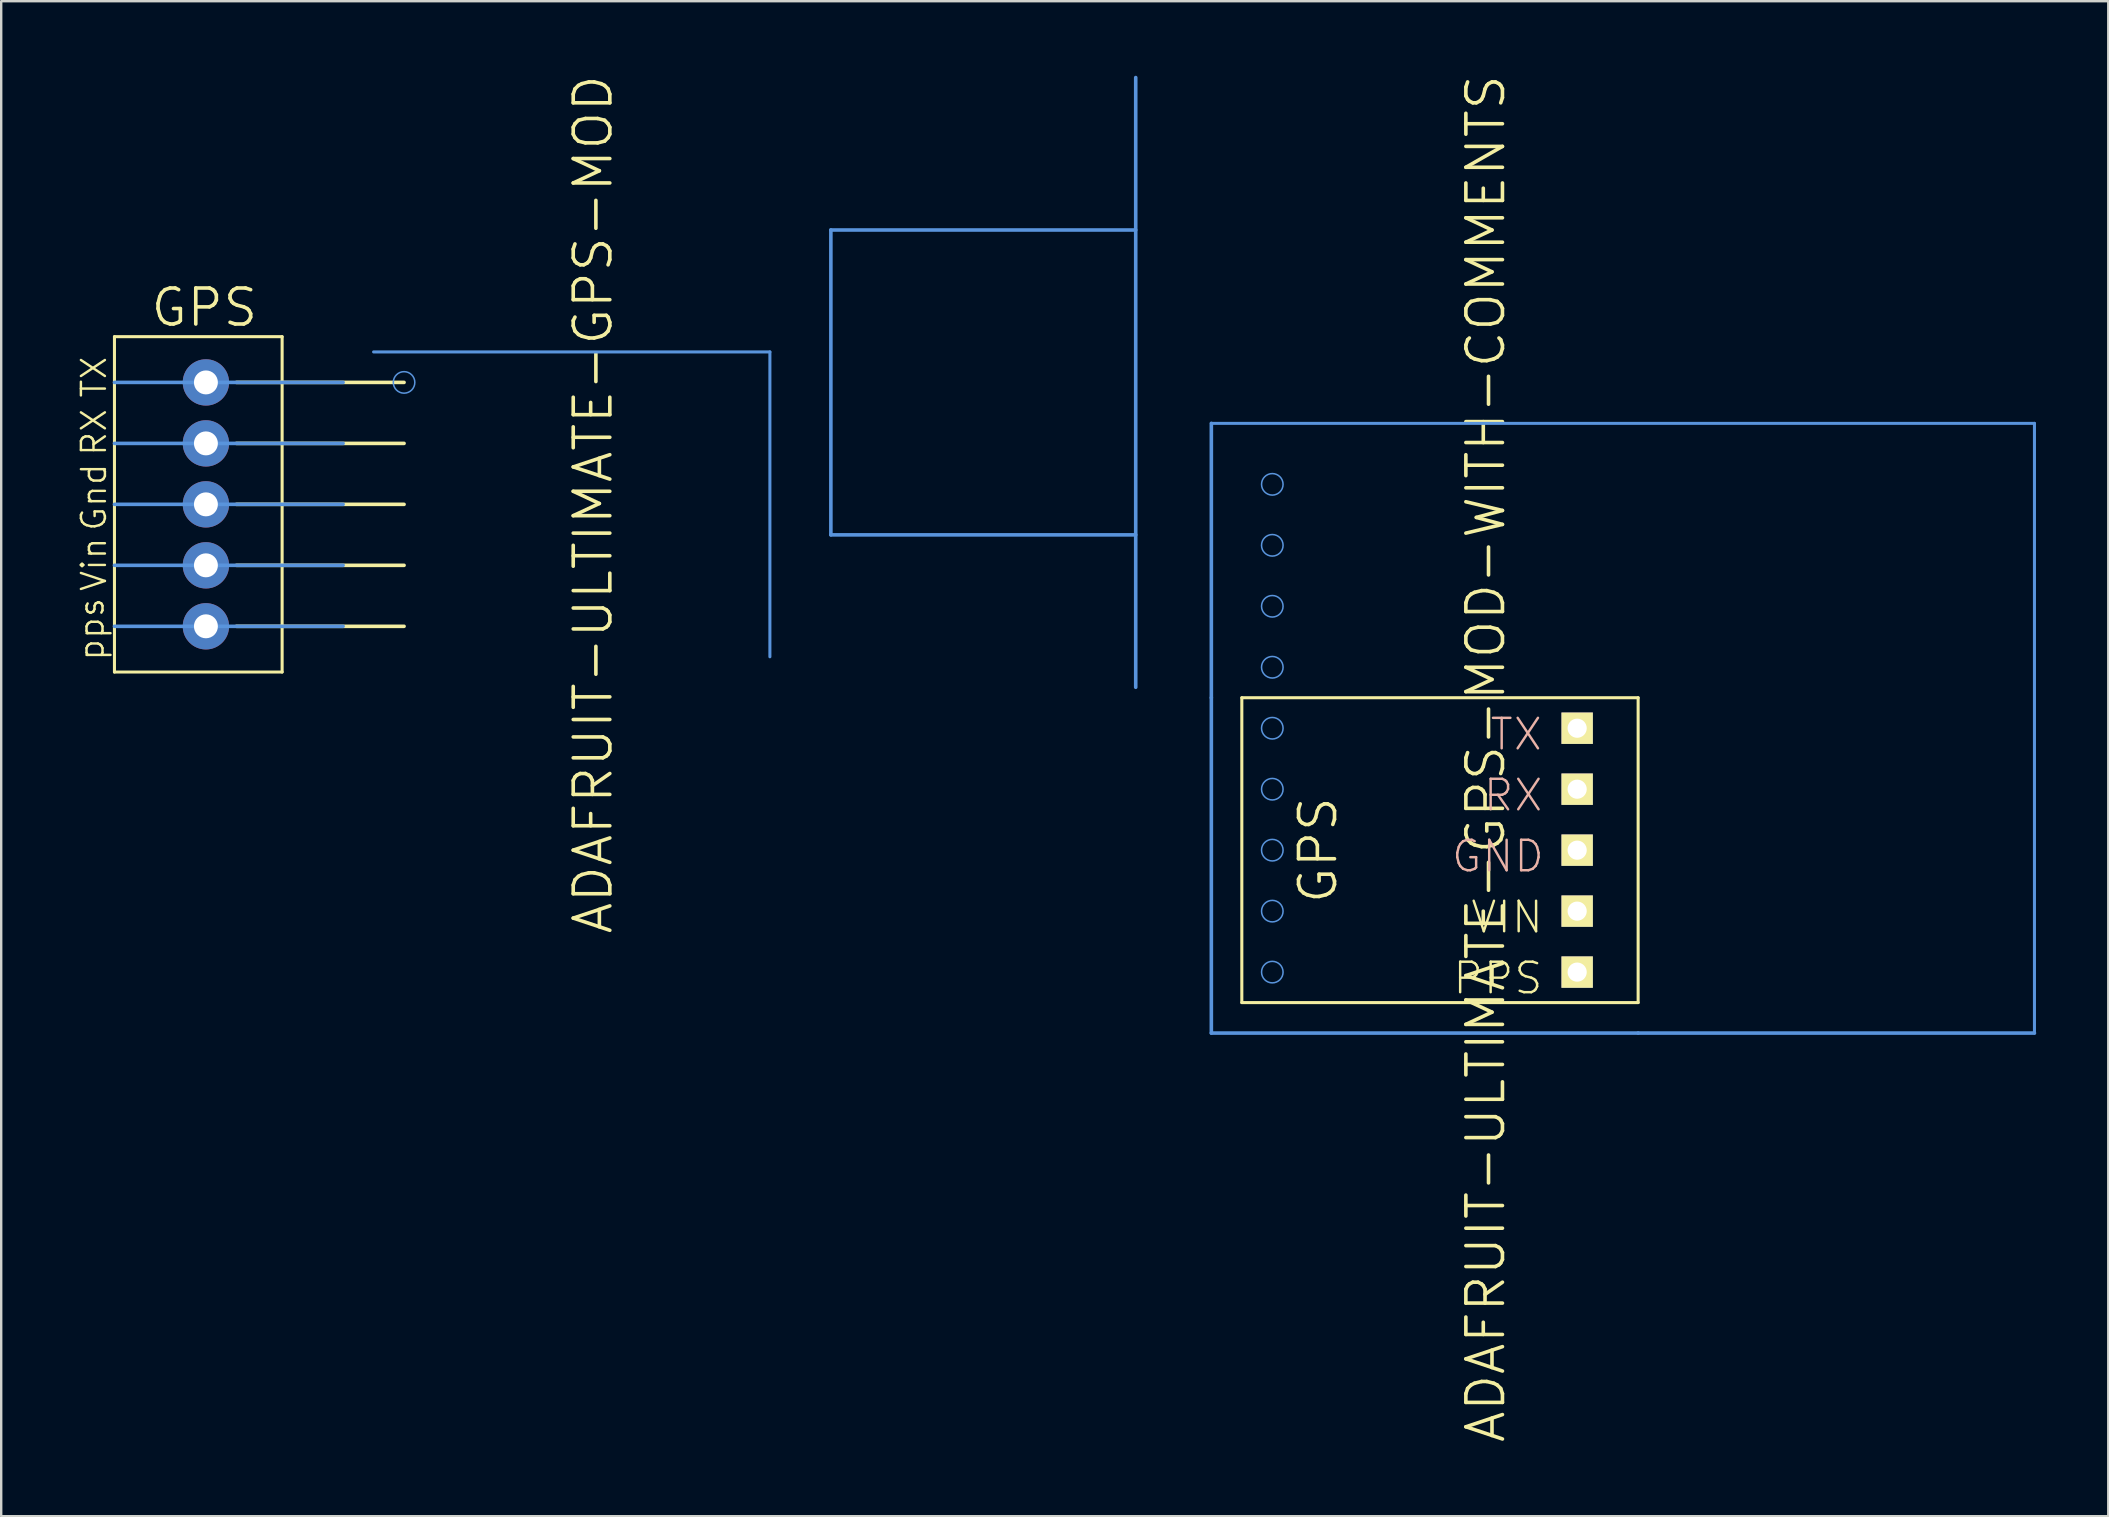
<source format=kicad_pcb>
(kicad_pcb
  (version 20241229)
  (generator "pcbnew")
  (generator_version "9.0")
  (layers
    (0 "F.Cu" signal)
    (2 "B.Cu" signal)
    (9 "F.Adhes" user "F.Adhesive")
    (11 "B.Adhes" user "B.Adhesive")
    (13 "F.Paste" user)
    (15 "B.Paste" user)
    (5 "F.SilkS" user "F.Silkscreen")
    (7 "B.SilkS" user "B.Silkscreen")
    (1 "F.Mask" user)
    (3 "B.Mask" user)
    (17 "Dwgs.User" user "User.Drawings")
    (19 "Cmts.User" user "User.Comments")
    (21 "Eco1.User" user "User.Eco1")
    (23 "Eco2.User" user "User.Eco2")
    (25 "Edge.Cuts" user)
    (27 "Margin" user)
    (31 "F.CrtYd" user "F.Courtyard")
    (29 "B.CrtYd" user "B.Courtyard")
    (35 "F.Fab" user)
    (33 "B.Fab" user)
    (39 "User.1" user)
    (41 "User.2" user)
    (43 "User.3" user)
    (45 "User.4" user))
  (footprint "ADAFRUIT-ULTIMATE-GPS-MOD-WITH-COMMENTS"
    (layer "F.Cu")
    (at 55.033 32.367)
    (property "Reference" "ADAFRUIT-ULTIMATE-GPS-MOD-WITH-COMMENTS" (at 3.81 -3.81 90) (layer "F.SilkS") (effects (font (size 1.524 1.524) (thickness 0.15))))
    (attr exclude_from_pos_files exclude_from_bom)
    (fp_line (start -6.35 -6.35) (end -6.35 6.35) (stroke (width 0.127) (type solid)) (layer "F.SilkS"))
    (fp_line (start -6.35 6.35) (end 10.16 6.35) (stroke (width 0.127) (type solid)) (layer "F.SilkS"))
    (fp_line (start 10.16 -6.35) (end -6.35 -6.35) (stroke (width 0.127) (type solid)) (layer "F.SilkS"))
    (fp_line (start 10.16 6.35) (end 10.16 -6.35) (stroke (width 0.127) (type solid)) (layer "F.SilkS"))
    (fp_line (start -7.62 -17.78) (end -7.62 -6.35) (stroke (width 0.15) (type solid)) (layer "Cmts.User"))
    (fp_line (start -7.62 -17.78) (end 26.67 -17.78) (stroke (width 0.127) (type solid)) (layer "Cmts.User"))
    (fp_line (start -7.62 -6.35) (end -7.62 7.62) (stroke (width 0.15) (type solid)) (layer "Cmts.User"))
    (fp_line (start -7.62 7.62) (end 10.16 7.62) (stroke (width 0.15) (type solid)) (layer "Cmts.User"))
    (fp_line (start 26.67 -17.78) (end 26.67 7.62) (stroke (width 0.127) (type solid)) (layer "Cmts.User"))
    (fp_line (start 26.67 7.62) (end 10.16 7.62) (stroke (width 0.15) (type solid)) (layer "Cmts.User"))
    (fp_circle (center -5.08 -15.24) (end -5.397 -15.557) (stroke (width 0.064) (type solid)) (fill no) (layer "Cmts.User"))
    (fp_circle (center -5.08 -12.7) (end -5.397 -13.018) (stroke (width 0.064) (type solid)) (fill no) (layer "Cmts.User"))
    (fp_circle (center -5.08 -10.16) (end -5.397 -10.477) (stroke (width 0.064) (type solid)) (fill no) (layer "Cmts.User"))
    (fp_circle (center -5.08 -7.62) (end -5.397 -7.938) (stroke (width 0.064) (type solid)) (fill no) (layer "Cmts.User"))
    (fp_circle (center -5.08 -5.08) (end -5.397 -4.763) (stroke (width 0.064) (type solid)) (fill no) (layer "Cmts.User"))
    (fp_circle (center -5.08 -2.54) (end -5.397 -2.223) (stroke (width 0.064) (type solid)) (fill no) (layer "Cmts.User"))
    (fp_circle (center -5.08 0) (end -5.397 0.318) (stroke (width 0.064) (type solid)) (fill no) (layer "Cmts.User"))
    (fp_circle (center -5.08 2.54) (end -5.397 2.857) (stroke (width 0.064) (type solid)) (fill no) (layer "Cmts.User"))
    (fp_circle (center -5.08 5.08) (end -5.397 5.397) (stroke (width 0.064) (type solid)) (fill no) (layer "Cmts.User"))
    (fp_text user "PPS" (at 4.318 5.334 0) (layer "F.SilkS") (effects (font (size 1.27 1.27) (thickness 0.102))))
    (fp_text user "GPS" (at -3.175 0 90) (layer "F.SilkS") (effects (font (size 1.5 1.5) (thickness 0.15))))
    (fp_text user "VIN" (at 4.699 2.794 0) (layer "F.SilkS") (effects (font (size 1.27 1.27) (thickness 0.102))))
    (fp_text user "RX" (at 4.953 -2.286 0) (layer "B.SilkS") (effects (font (size 1.27 1.27) (thickness 0.102))))
    (fp_text user "GND" (at 4.318 0.254 0) (layer "B.SilkS") (effects (font (size 1.27 1.27) (thickness 0.102))))
    (fp_text user "TX" (at 5.08 -4.826 0) (layer "B.SilkS") (effects (font (size 1.27 1.27) (thickness 0.102))))
    (pad "P$GN" thru_hole rect (at 7.62 0) (size 1.306 1.306) (drill 0.798) (layers "*.Cu" "F.Mask" "F.SilkS" "F.Paste"))
    (pad "P$PP" thru_hole rect (at 7.62 5.08) (size 1.306 1.306) (drill 0.798) (layers "*.Cu" "F.Mask" "F.SilkS" "F.Paste"))
    (pad "P$RX" thru_hole rect (at 7.62 -2.54) (size 1.306 1.306) (drill 0.798) (layers "*.Cu" "F.Mask" "F.SilkS" "F.Paste"))
    (pad "P$TX" thru_hole rect (at 7.62 -5.08) (size 1.306 1.306) (drill 0.798) (layers "*.Cu" "F.Mask" "F.SilkS" "F.Paste"))
    (pad "P$VI" thru_hole rect (at 7.62 2.54) (size 1.306 1.306) (drill 0.798) (layers "*.Cu" "F.Mask" "F.SilkS" "F.Paste")))
  (footprint "ADAFRUIT-ULTIMATE-GPS-MOD"
    (layer "F.Cu")
    (at 18.863 17.961)
    (property "Reference" "ADAFRUIT-ULTIMATE-GPS-MOD" (at 2.794 0 90) (layer "F.SilkS") (effects (font (size 1.524 1.524) (thickness 0.15))))
    (attr exclude_from_pos_files exclude_from_bom)
    (fp_line (start -17.145 -6.985) (end -10.16 -6.985) (stroke (width 0.127) (type solid)) (layer "F.SilkS"))
    (fp_line (start -17.145 6.985) (end -17.145 -6.985) (stroke (width 0.127) (type solid)) (layer "F.SilkS"))
    (fp_line (start -12.065 -5.08) (end -5.08 -5.08) (stroke (width 0.15) (type solid)) (layer "F.SilkS"))
    (fp_line (start -12.065 -2.54) (end -5.08 -2.54) (stroke (width 0.15) (type solid)) (layer "F.SilkS"))
    (fp_line (start -12.065 0) (end -5.08 0) (stroke (width 0.15) (type solid)) (layer "F.SilkS"))
    (fp_line (start -12.065 2.54) (end -5.08 2.54) (stroke (width 0.15) (type solid)) (layer "F.SilkS"))
    (fp_line (start -12.065 5.08) (end -5.08 5.08) (stroke (width 0.15) (type solid)) (layer "F.SilkS"))
    (fp_line (start -10.16 -6.985) (end -10.16 6.985) (stroke (width 0.127) (type solid)) (layer "F.SilkS"))
    (fp_line (start -10.16 6.985) (end -17.145 6.985) (stroke (width 0.127) (type solid)) (layer "F.SilkS"))
    (fp_line (start -7.62 -5.08) (end -17.145 -5.08) (stroke (width 0.15) (type solid)) (layer "Cmts.User"))
    (fp_line (start -7.62 -2.54) (end -17.145 -2.54) (stroke (width 0.15) (type solid)) (layer "Cmts.User"))
    (fp_line (start -7.62 0) (end -17.145 0) (stroke (width 0.15) (type solid)) (layer "Cmts.User"))
    (fp_line (start -7.62 2.54) (end -17.145 2.54) (stroke (width 0.15) (type solid)) (layer "Cmts.User"))
    (fp_line (start -7.62 5.08) (end -17.145 5.08) (stroke (width 0.15) (type solid)) (layer "Cmts.User"))
    (fp_line (start 10.16 -6.35) (end -6.35 -6.35) (stroke (width 0.127) (type solid)) (layer "Cmts.User"))
    (fp_line (start 10.16 6.35) (end 10.16 -6.35) (stroke (width 0.127) (type solid)) (layer "Cmts.User"))
    (fp_line (start 12.7 -11.43) (end 25.4 -11.43) (stroke (width 0.15) (type solid)) (layer "Cmts.User"))
    (fp_line (start 12.7 1.27) (end 12.7 -11.43) (stroke (width 0.15) (type solid)) (layer "Cmts.User"))
    (fp_line (start 25.4 -17.78) (end 25.4 7.62) (stroke (width 0.15) (type solid)) (layer "Cmts.User"))
    (fp_line (start 25.4 1.27) (end 12.7 1.27) (stroke (width 0.15) (type solid)) (layer "Cmts.User"))
    (fp_circle (center -5.08 -5.08) (end -5.397 -4.763) (stroke (width 0.064) (type solid)) (fill no) (layer "Cmts.User"))
    (fp_line (start -7.62 -17.78) (end 25.4 -17.78) (stroke (width 0.15) (type solid)) (layer "Eco2.User"))
    (fp_line (start -7.62 7.62) (end -7.62 -17.78) (stroke (width 0.15) (type solid)) (layer "Eco2.User"))
    (fp_line (start -6.35 -6.35) (end -6.35 6.35) (stroke (width 0.127) (type solid)) (layer "Eco2.User"))
    (fp_line (start -6.35 6.35) (end 10.16 6.35) (stroke (width 0.127) (type solid)) (layer "Eco2.User"))
    (fp_line (start 25.4 7.62) (end -7.62 7.62) (stroke (width 0.15) (type solid)) (layer "Eco2.User"))
    (fp_circle (center -5.08 -5.08) (end -5.397 -4.763) (stroke (width 0.064) (type solid)) (fill no) (layer "Eco2.User"))
    (fp_circle (center -5.08 -2.54) (end -5.397 -2.223) (stroke (width 0.064) (type solid)) (fill no) (layer "Eco2.User"))
    (fp_circle (center -5.08 0) (end -5.397 0.318) (stroke (width 0.064) (type solid)) (fill no) (layer "Eco2.User"))
    (fp_circle (center -5.08 2.54) (end -5.397 2.857) (stroke (width 0.064) (type solid)) (fill no) (layer "Eco2.User"))
    (fp_circle (center -5.08 5.08) (end -5.397 5.397) (stroke (width 0.064) (type solid)) (fill no) (layer "Eco2.User"))
    (fp_circle (center -5.053 -15.265) (end -5.37 -14.947) (stroke (width 0.064) (type solid)) (fill no) (layer "Eco2.User"))
    (fp_circle (center -5.053 -12.725) (end -5.37 -12.408) (stroke (width 0.064) (type solid)) (fill no) (layer "Eco2.User"))
    (fp_circle (center -5.053 -10.185) (end -5.37 -9.867) (stroke (width 0.064) (type solid)) (fill no) (layer "Eco2.User"))
    (fp_circle (center -5.053 -7.645) (end -5.37 -7.327) (stroke (width 0.064) (type solid)) (fill no) (layer "Eco2.User"))
    (fp_text user "GPS" (at -13.4 -8.2 180) (layer "F.SilkS") (effects (font (size 1.5 1.5) (thickness 0.15))))
    (fp_text user "pps" (at -18.1 5.2 90) (layer "F.SilkS") (effects (font (size 1 1) (thickness 0.102))))
    (fp_text user "Vin" (at -18 2.5 90) (layer "F.SilkS") (effects (font (size 1 1) (thickness 0.102))))
    (fp_text user "Gnd" (at -18 -0.3 90) (layer "F.SilkS") (effects (font (size 1 1) (thickness 0.102))))
    (fp_text user "RX" (at -18 -3 90) (layer "F.SilkS") (effects (font (size 1 1) (thickness 0.102))))
    (fp_text user "TX" (at -18 -5.3 90) (layer "F.SilkS") (effects (font (size 1 1) (thickness 0.102))))
    (pad "P$GN" thru_hole circle (at -13.335 0) (size 1.93 1.93) (drill 0.998) (layers "*.Cu" "*.Mask"))
    (pad "P$PP" thru_hole circle (at -13.335 5.08) (size 1.93 1.93) (drill 0.998) (layers "*.Cu" "*.Mask"))
    (pad "P$RX" thru_hole circle (at -13.335 -2.54) (size 1.93 1.93) (drill 0.998) (layers "*.Cu" "*.Mask"))
    (pad "P$TX" thru_hole circle (at -13.335 -5.08) (size 1.93 1.93) (drill 0.998) (layers "*.Cu" "*.Mask"))
    (pad "P$VI" thru_hole circle (at -13.335 2.54) (size 1.93 1.93) (drill 0.998) (layers "*.Cu" "*.Mask")))
  (gr_rect
    (start -3 -3)
    (end 84.778 60.114)
    (stroke (width 0.1) (type default))
    (fill no)
    (layer "Edge.Cuts")))
</source>
